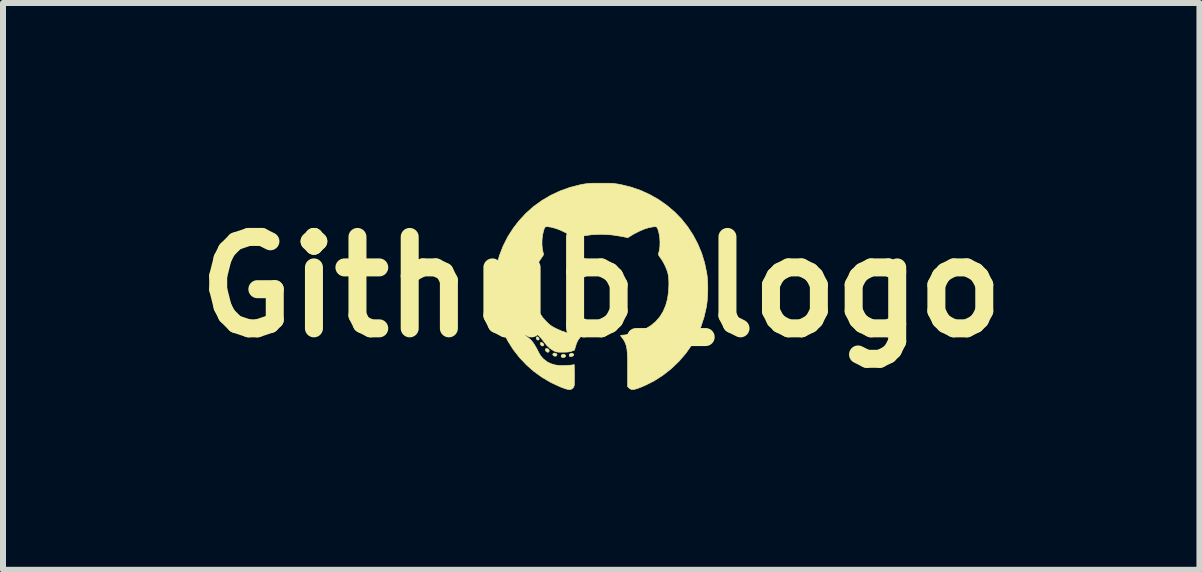
<source format=kicad_pcb>
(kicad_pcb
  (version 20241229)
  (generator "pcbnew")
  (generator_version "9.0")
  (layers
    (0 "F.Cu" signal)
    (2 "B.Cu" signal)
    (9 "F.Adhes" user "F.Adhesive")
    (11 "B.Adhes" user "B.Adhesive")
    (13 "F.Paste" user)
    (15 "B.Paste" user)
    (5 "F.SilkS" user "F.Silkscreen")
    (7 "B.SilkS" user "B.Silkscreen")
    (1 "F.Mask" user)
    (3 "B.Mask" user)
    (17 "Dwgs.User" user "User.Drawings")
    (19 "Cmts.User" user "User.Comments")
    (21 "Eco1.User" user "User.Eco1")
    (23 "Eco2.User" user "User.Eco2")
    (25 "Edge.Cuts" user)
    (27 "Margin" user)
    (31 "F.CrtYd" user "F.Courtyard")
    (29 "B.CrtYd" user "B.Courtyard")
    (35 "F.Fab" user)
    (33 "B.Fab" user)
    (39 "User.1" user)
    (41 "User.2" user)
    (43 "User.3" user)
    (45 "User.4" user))
  (footprint "Github_logo"
    (layer "F.Cu")
    (at 6.974 1.735)
    (property "Reference" "Github_logo" (at 0 0 0) (layer "F.SilkS") (effects (font (size 1.524 1.524) (thickness 0.3))))
    (attr through_hole)
    (fp_poly (pts (xy -1.124 0.776) (xy -1.112 0.788) (xy -1.112 0.799) (xy -1.123 0.811) (xy -1.14 0.81) (xy -1.15 0.803) (xy -1.159 0.787) (xy -1.156 0.775) (xy -1.145 0.771) (xy -1.124 0.776)) (stroke (width 0.01) (type solid)) (fill yes) (layer "F.SilkS"))
    (fp_poly (pts (xy -1.054 0.836) (xy -1.04 0.851) (xy -1.034 0.868) (xy -1.035 0.87) (xy -1.043 0.884) (xy -1.06 0.884) (xy -1.069 0.88) (xy -1.079 0.867) (xy -1.084 0.851) (xy -1.081 0.836) (xy -1.072 0.83) (xy -1.054 0.836)) (stroke (width 0.01) (type solid)) (fill yes) (layer "F.SilkS"))
    (fp_poly (pts (xy -0.89 1.03) (xy -0.874 1.044) (xy -0.866 1.061) (xy -0.869 1.073) (xy -0.882 1.088) (xy -0.898 1.087) (xy -0.912 1.079) (xy -0.927 1.063) (xy -0.932 1.045) (xy -0.926 1.03) (xy -0.911 1.024) (xy -0.89 1.03)) (stroke (width 0.01) (type solid)) (fill yes) (layer "F.SilkS"))
    (fp_poly (pts (xy -0.761 1.104) (xy -0.744 1.114) (xy -0.737 1.128) (xy -0.742 1.143) (xy -0.752 1.151) (xy -0.774 1.154) (xy -0.788 1.149) (xy -0.805 1.134) (xy -0.808 1.119) (xy -0.798 1.106) (xy -0.785 1.102) (xy -0.761 1.104)) (stroke (width 0.01) (type solid)) (fill yes) (layer "F.SilkS"))
    (fp_poly (pts (xy -0.983 0.929) (xy -0.966 0.944) (xy -0.957 0.96) (xy -0.957 0.963) (xy -0.963 0.978) (xy -0.979 0.984) (xy -0.998 0.977) (xy -1.011 0.962) (xy -1.016 0.944) (xy -1.013 0.929) (xy -1 0.923) (xy -1 0.923) (xy -0.983 0.929)) (stroke (width 0.01) (type solid)) (fill yes) (layer "F.SilkS"))
    (fp_poly (pts (xy -0.611 1.125) (xy -0.595 1.139) (xy -0.594 1.154) (xy -0.603 1.166) (xy -0.62 1.175) (xy -0.643 1.175) (xy -0.658 1.171) (xy -0.668 1.16) (xy -0.667 1.144) (xy -0.656 1.129) (xy -0.649 1.125) (xy -0.626 1.12) (xy -0.611 1.125)) (stroke (width 0.01) (type solid)) (fill yes) (layer "F.SilkS"))
    (fp_poly (pts (xy -0.475 1.109) (xy -0.46 1.12) (xy -0.457 1.13) (xy -0.465 1.144) (xy -0.482 1.155) (xy -0.504 1.16) (xy -0.523 1.158) (xy -0.528 1.154) (xy -0.534 1.138) (xy -0.528 1.12) (xy -0.515 1.109) (xy -0.495 1.104) (xy -0.475 1.109)) (stroke (width 0.01) (type solid)) (fill yes) (layer "F.SilkS"))
    (fp_poly (pts (xy 0.063 -1.73) (xy 0.117 -1.73) (xy 0.161 -1.729) (xy 0.197 -1.727) (xy 0.229 -1.723) (xy 0.26 -1.719) (xy 0.294 -1.713) (xy 0.324 -1.708) (xy 0.495 -1.666) (xy 0.658 -1.61) (xy 0.813 -1.539) (xy 0.959 -1.456) (xy 1.095 -1.36) (xy 1.222 -1.253) (xy 1.337 -1.135) (xy 1.44 -1.006) (xy 1.531 -0.867) (xy 1.609 -0.72) (xy 1.674 -0.565) (xy 1.724 -0.402) (xy 1.759 -0.233) (xy 1.766 -0.185) (xy 1.773 -0.109) (xy 1.776 -0.021) (xy 1.776 0.071) (xy 1.772 0.164) (xy 1.765 0.252) (xy 1.754 0.329) (xy 1.754 0.33) (xy 1.715 0.5) (xy 1.661 0.664) (xy 1.592 0.82) (xy 1.508 0.968) (xy 1.41 1.107) (xy 1.297 1.238) (xy 1.291 1.244) (xy 1.164 1.365) (xy 1.03 1.47) (xy 0.887 1.562) (xy 0.736 1.639) (xy 0.66 1.671) (xy 0.604 1.692) (xy 0.561 1.705) (xy 0.527 1.71) (xy 0.501 1.707) (xy 0.479 1.697) (xy 0.465 1.686) (xy 0.44 1.661) (xy 0.44 1.379) (xy 0.44 1.286) (xy 0.439 1.209) (xy 0.437 1.144) (xy 0.434 1.091) (xy 0.43 1.047) (xy 0.424 1.01) (xy 0.417 0.979) (xy 0.408 0.951) (xy 0.397 0.924) (xy 0.396 0.921) (xy 0.379 0.889) (xy 0.359 0.858) (xy 0.348 0.845) (xy 0.33 0.823) (xy 0.323 0.811) (xy 0.327 0.806) (xy 0.341 0.804) (xy 0.384 0.801) (xy 0.437 0.792) (xy 0.498 0.779) (xy 0.561 0.762) (xy 0.623 0.743) (xy 0.68 0.723) (xy 0.727 0.703) (xy 0.732 0.701) (xy 0.826 0.645) (xy 0.907 0.578) (xy 0.975 0.5) (xy 1.031 0.411) (xy 1.074 0.311) (xy 1.105 0.2) (xy 1.123 0.077) (xy 1.128 -0.042) (xy 1.127 -0.112) (xy 1.122 -0.17) (xy 1.114 -0.217) (xy 1.114 -0.22) (xy 1.096 -0.28) (xy 1.07 -0.344) (xy 1.038 -0.408) (xy 1.004 -0.464) (xy 0.987 -0.486) (xy 0.966 -0.516) (xy 0.954 -0.538) (xy 0.953 -0.55) (xy 0.969 -0.607) (xy 0.978 -0.674) (xy 0.98 -0.748) (xy 0.976 -0.822) (xy 0.964 -0.893) (xy 0.957 -0.923) (xy 0.945 -0.961) (xy 0.935 -0.986) (xy 0.924 -1) (xy 0.907 -1.006) (xy 0.884 -1.005) (xy 0.865 -1.003) (xy 0.795 -0.99) (xy 0.718 -0.966) (xy 0.636 -0.931) (xy 0.551 -0.888) (xy 0.495 -0.855) (xy 0.444 -0.822) (xy 0.343 -0.843) (xy 0.175 -0.869) (xy 0.006 -0.878) (xy -0.164 -0.871) (xy -0.331 -0.847) (xy -0.351 -0.843) (xy -0.452 -0.822) (xy -0.504 -0.855) (xy -0.588 -0.903) (xy -0.672 -0.944) (xy -0.753 -0.975) (xy -0.828 -0.996) (xy -0.873 -1.003) (xy -0.903 -1.006) (xy -0.923 -1.004) (xy -0.937 -0.996) (xy -0.948 -0.978) (xy -0.958 -0.948) (xy -0.965 -0.923) (xy -0.98 -0.855) (xy -0.987 -0.782) (xy -0.988 -0.707) (xy -0.982 -0.636) (xy -0.969 -0.574) (xy -0.961 -0.55) (xy -0.964 -0.536) (xy -0.977 -0.513) (xy -0.996 -0.486) (xy -1.03 -0.436) (xy -1.063 -0.375) (xy -1.092 -0.311) (xy -1.115 -0.248) (xy -1.122 -0.22) (xy -1.13 -0.17) (xy -1.135 -0.107) (xy -1.137 -0.038) (xy -1.135 0.034) (xy -1.129 0.103) (xy -1.122 0.157) (xy -1.098 0.263) (xy -1.066 0.356) (xy -1.024 0.44) (xy -0.97 0.516) (xy -0.915 0.576) (xy -0.881 0.609) (xy -0.851 0.635) (xy -0.821 0.656) (xy -0.785 0.676) (xy -0.745 0.697) (xy -0.662 0.733) (xy -0.571 0.764) (xy -0.479 0.787) (xy -0.397 0.801) (xy -0.368 0.804) (xy -0.346 0.808) (xy -0.336 0.81) (xy -0.337 0.818) (xy -0.348 0.834) (xy -0.355 0.843) (xy -0.386 0.885) (xy -0.411 0.936) (xy -0.43 0.996) (xy -0.446 1.053) (xy -0.492 1.07) (xy -0.518 1.078) (xy -0.548 1.083) (xy -0.585 1.086) (xy -0.635 1.087) (xy -0.639 1.087) (xy -0.684 1.087) (xy -0.716 1.086) (xy -0.74 1.083) (xy -0.76 1.078) (xy -0.781 1.069) (xy -0.789 1.065) (xy -0.85 1.027) (xy -0.908 0.973) (xy -0.957 0.91) (xy -1.004 0.85) (xy -1.055 0.8) (xy -1.108 0.761) (xy -1.162 0.735) (xy -1.215 0.722) (xy -1.265 0.723) (xy -1.282 0.728) (xy -1.303 0.738) (xy -1.312 0.75) (xy -1.308 0.766) (xy -1.29 0.787) (xy -1.259 0.814) (xy -1.222 0.841) (xy -1.181 0.875) (xy -1.144 0.916) (xy -1.109 0.968) (xy -1.072 1.033) (xy -1.061 1.056) (xy -1.036 1.103) (xy -1.015 1.139) (xy -0.993 1.168) (xy -0.969 1.194) (xy -0.965 1.198) (xy -0.906 1.245) (xy -0.841 1.278) (xy -0.768 1.3) (xy -0.685 1.31) (xy -0.602 1.309) (xy -0.56 1.306) (xy -0.522 1.304) (xy -0.492 1.301) (xy -0.477 1.299) (xy -0.45 1.294) (xy -0.447 1.457) (xy -0.447 1.51) (xy -0.447 1.559) (xy -0.448 1.6) (xy -0.449 1.631) (xy -0.451 1.648) (xy -0.451 1.648) (xy -0.463 1.674) (xy -0.48 1.693) (xy -0.5 1.705) (xy -0.524 1.71) (xy -0.554 1.708) (xy -0.592 1.698) (xy -0.641 1.681) (xy -0.682 1.665) (xy -0.838 1.593) (xy -0.986 1.506) (xy -1.123 1.407) (xy -1.249 1.296) (xy -1.364 1.174) (xy -1.467 1.042) (xy -1.557 0.9) (xy -1.633 0.749) (xy -1.695 0.591) (xy -1.743 0.426) (xy -1.762 0.33) (xy -1.773 0.254) (xy -1.781 0.167) (xy -1.785 0.074) (xy -1.785 -0.019) (xy -1.782 -0.107) (xy -1.775 -0.183) (xy -1.774 -0.185) (xy -1.743 -0.359) (xy -1.697 -0.525) (xy -1.635 -0.684) (xy -1.558 -0.837) (xy -1.465 -0.982) (xy -1.373 -1.101) (xy -1.257 -1.227) (xy -1.13 -1.34) (xy -0.992 -1.44) (xy -0.845 -1.527) (xy -0.689 -1.6) (xy -0.526 -1.659) (xy -0.356 -1.703) (xy -0.333 -1.708) (xy -0.295 -1.715) (xy -0.261 -1.72) (xy -0.23 -1.724) (xy -0.197 -1.727) (xy -0.16 -1.729) (xy -0.114 -1.73) (xy -0.057 -1.73) (xy -0.004 -1.73) (xy 0.063 -1.73)) (stroke (width 0.01) (type solid)) (fill yes) (layer "F.SilkS")))
  (gr_rect
    (start -3 -3)
    (end 16.948 6.45)
    (stroke (width 0.1) (type default))
    (fill no)
    (layer "Edge.Cuts")))
</source>
